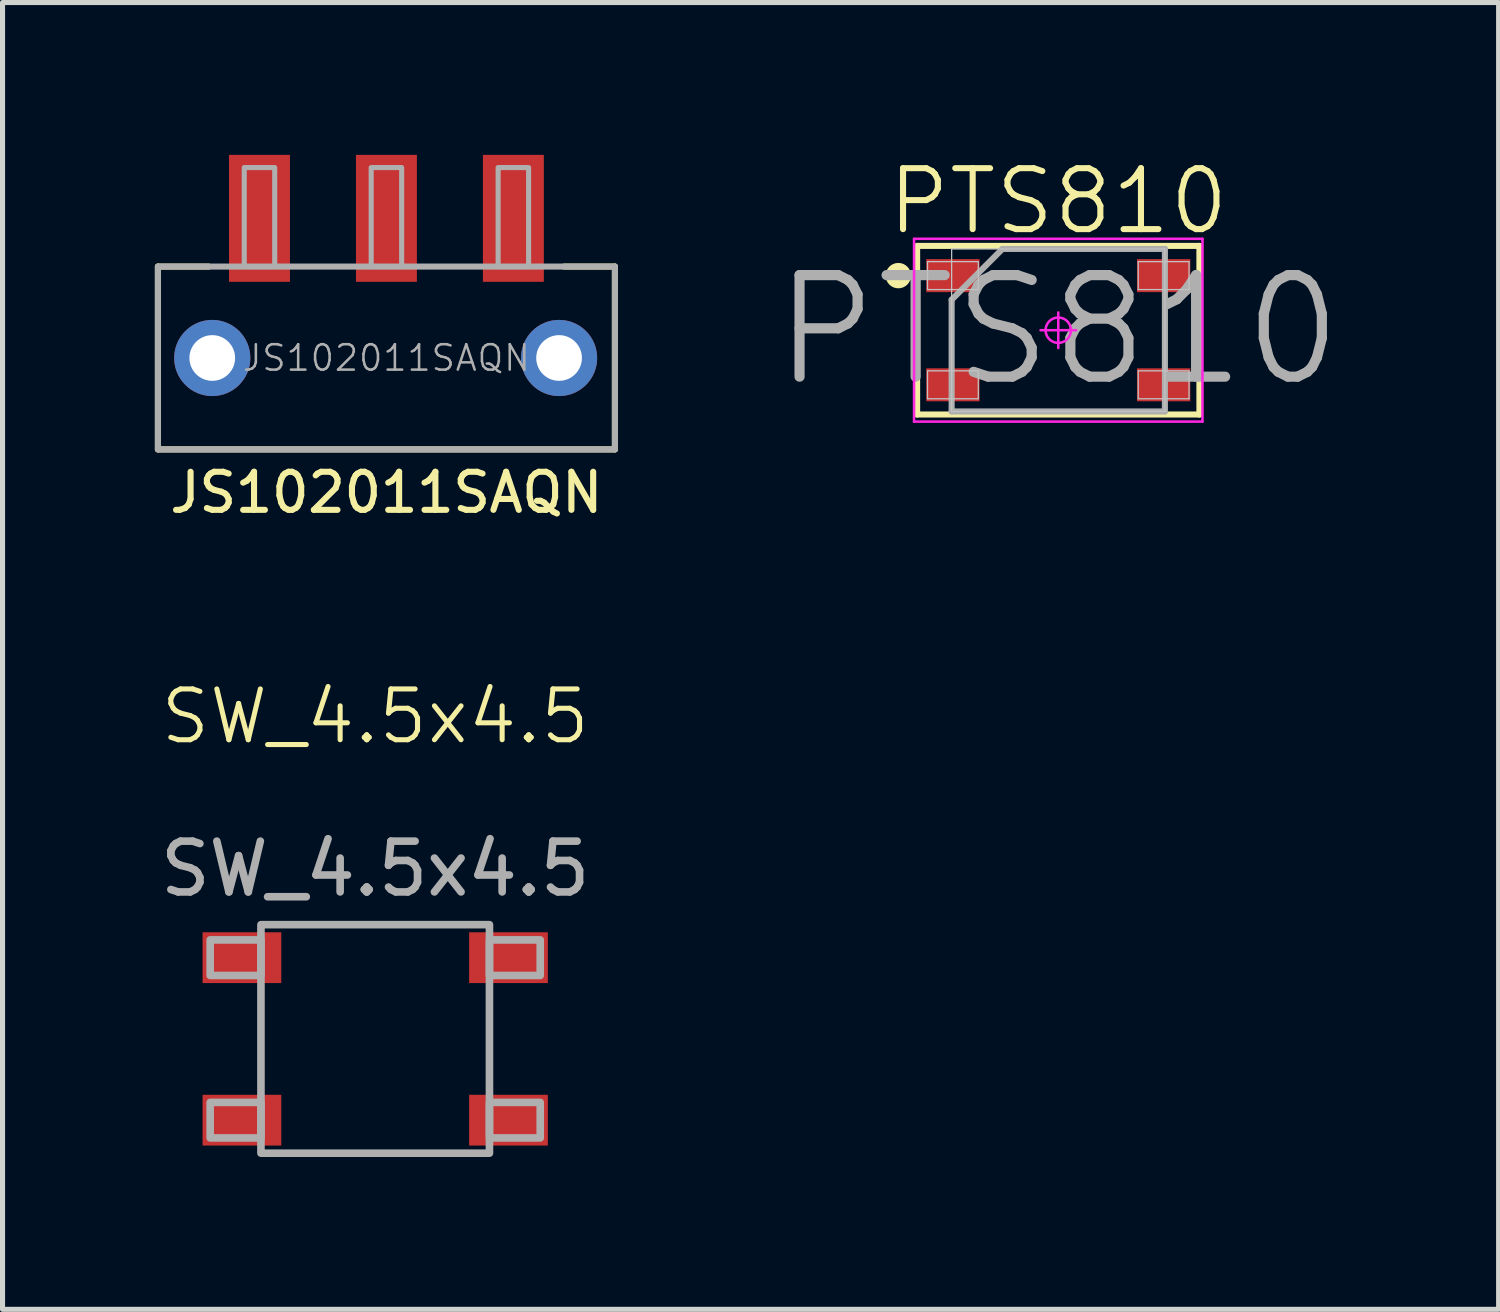
<source format=kicad_pcb>
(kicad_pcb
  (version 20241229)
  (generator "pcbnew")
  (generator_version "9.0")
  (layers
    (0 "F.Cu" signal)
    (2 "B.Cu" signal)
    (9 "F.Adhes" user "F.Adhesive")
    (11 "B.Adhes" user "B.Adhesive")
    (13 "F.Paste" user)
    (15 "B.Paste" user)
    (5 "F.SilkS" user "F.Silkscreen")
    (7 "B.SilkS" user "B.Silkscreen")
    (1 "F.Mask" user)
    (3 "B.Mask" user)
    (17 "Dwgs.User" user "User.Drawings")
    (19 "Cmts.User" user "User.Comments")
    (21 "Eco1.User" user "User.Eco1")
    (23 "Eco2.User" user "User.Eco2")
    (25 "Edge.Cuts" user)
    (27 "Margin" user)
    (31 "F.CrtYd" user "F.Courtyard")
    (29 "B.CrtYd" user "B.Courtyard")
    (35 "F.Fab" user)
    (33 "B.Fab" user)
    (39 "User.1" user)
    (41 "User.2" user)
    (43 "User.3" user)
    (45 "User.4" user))
  (footprint "JS102011SAQN"
    (layer "F.Cu")
    (at 4.56 4)
    (property "Reference" "JS102011SAQN" (at 0 2.65 0) (unlocked yes) (layer "F.SilkS") (effects (font (size 0.75 0.75) (thickness 0.12))))
    (attr smd)
    (fp_line (start -4.5 -1.8) (end -3.5 -1.8) (stroke (width 0.12) (type default)) (layer "F.SilkS"))
    (fp_line (start -4.5 1.8) (end -4.5 -1.8) (stroke (width 0.12) (type default)) (layer "F.SilkS"))
    (fp_line (start -4.5 1.8) (end 4.5 1.8) (stroke (width 0.12) (type default)) (layer "F.SilkS"))
    (fp_line (start 4.5 -1.8) (end 3.5 -1.8) (stroke (width 0.12) (type default)) (layer "F.SilkS"))
    (fp_line (start 4.5 1.8) (end 4.5 -1.8) (stroke (width 0.12) (type default)) (layer "F.SilkS"))
    (fp_rect (start -4.5 -1.8) (end 4.5 1.8) (stroke (width 0.12) (type default)) (fill no) (layer "F.Fab"))
    (fp_rect (start -2.8 -3.75) (end -2.2 -1.8) (stroke (width 0.1) (type default)) (fill no) (layer "F.Fab"))
    (fp_rect (start -0.3 -3.75) (end 0.3 -1.8) (stroke (width 0.1) (type default)) (fill no) (layer "F.Fab"))
    (fp_rect (start 2.2 -3.75) (end 2.8 -1.8) (stroke (width 0.1) (type default)) (fill no) (layer "F.Fab"))
    (fp_text user "${REFERENCE}" (at 0 0 0) (unlocked yes) (layer "F.Fab") (effects (font (size 0.5 0.5) (thickness 0.05))))
    (pad "" thru_hole circle (at -3.43 0) (size 1.5 1.5) (drill 0.9) (layers "*.Cu" "*.Mask"))
    (pad "" thru_hole circle (at 3.4 0) (size 1.5 1.5) (drill 0.9) (layers "*.Cu" "*.Mask"))
    (pad "1" smd rect (at -2.5 -2.75) (size 1.2 2.5) (layers "F.Cu" "F.Mask" "F.Paste"))
    (pad "2" smd rect (at 0 -2.75) (size 1.2 2.5) (layers "F.Cu" "F.Mask" "F.Paste"))
    (pad "3" smd rect (at 2.5 -2.75) (size 1.2 2.5) (layers "F.Cu" "F.Mask" "F.Paste")))
  (footprint "PTS810"
    (layer "F.Cu")
    (at 17.791 3.453)
    (property "Reference" "PTS810" (at 0 -2.54 0) (layer "F.SilkS") (effects (font (size 1.2 1.2) (thickness 0.12))))
    (attr smd)
    (fp_line (start -2.78 -1.66) (end 2.78 -1.66) (stroke (width 0.12) (type solid)) (layer "F.SilkS"))
    (fp_line (start -2.78 1.66) (end -2.78 -1.66) (stroke (width 0.12) (type solid)) (layer "F.SilkS"))
    (fp_line (start 2.78 -1.66) (end 2.78 1.66) (stroke (width 0.12) (type solid)) (layer "F.SilkS"))
    (fp_line (start 2.78 1.66) (end -2.78 1.66) (stroke (width 0.12) (type solid)) (layer "F.SilkS"))
    (fp_circle (center -3.15 -1.075) (end -3.15 -0.95) (stroke (width 0.25) (type solid)) (fill no) (layer "F.SilkS"))
    (fp_line (start -2.575 -1.35) (end -1.575 -1.35) (stroke (width 0.025) (type solid)) (layer "Dwgs.User"))
    (fp_line (start -2.575 -0.8) (end -2.575 -1.35) (stroke (width 0.025) (type solid)) (layer "Dwgs.User"))
    (fp_line (start -2.575 0.8) (end -1.575 0.8) (stroke (width 0.025) (type solid)) (layer "Dwgs.User"))
    (fp_line (start -2.575 1.35) (end -2.575 0.8) (stroke (width 0.025) (type solid)) (layer "Dwgs.User"))
    (fp_line (start -2.1 -1.6) (end 2.1 -1.6) (stroke (width 0.025) (type solid)) (layer "Dwgs.User"))
    (fp_line (start -2.1 1.6) (end -2.1 -1.6) (stroke (width 0.025) (type solid)) (layer "Dwgs.User"))
    (fp_line (start -1.575 -1.35) (end -1.575 -0.8) (stroke (width 0.025) (type solid)) (layer "Dwgs.User"))
    (fp_line (start -1.575 -0.8) (end -2.575 -0.8) (stroke (width 0.025) (type solid)) (layer "Dwgs.User"))
    (fp_line (start -1.575 0.8) (end -1.575 1.35) (stroke (width 0.025) (type solid)) (layer "Dwgs.User"))
    (fp_line (start -1.575 1.35) (end -2.575 1.35) (stroke (width 0.025) (type solid)) (layer "Dwgs.User"))
    (fp_line (start 1.575 -1.35) (end 2.575 -1.35) (stroke (width 0.025) (type solid)) (layer "Dwgs.User"))
    (fp_line (start 1.575 -0.8) (end 1.575 -1.35) (stroke (width 0.025) (type solid)) (layer "Dwgs.User"))
    (fp_line (start 1.575 0.8) (end 2.575 0.8) (stroke (width 0.025) (type solid)) (layer "Dwgs.User"))
    (fp_line (start 1.575 1.35) (end 1.575 0.8) (stroke (width 0.025) (type solid)) (layer "Dwgs.User"))
    (fp_line (start 2.1 -1.6) (end 2.1 1.6) (stroke (width 0.025) (type solid)) (layer "Dwgs.User"))
    (fp_line (start 2.1 1.6) (end -2.1 1.6) (stroke (width 0.025) (type solid)) (layer "Dwgs.User"))
    (fp_line (start 2.575 -1.35) (end 2.575 -0.8) (stroke (width 0.025) (type solid)) (layer "Dwgs.User"))
    (fp_line (start 2.575 -0.8) (end 1.575 -0.8) (stroke (width 0.025) (type solid)) (layer "Dwgs.User"))
    (fp_line (start 2.575 0.8) (end 2.575 1.35) (stroke (width 0.025) (type solid)) (layer "Dwgs.User"))
    (fp_line (start 2.575 1.35) (end 1.575 1.35) (stroke (width 0.025) (type solid)) (layer "Dwgs.User"))
    (fp_line (start -2.84 -1.8) (end -2.84 1.8) (stroke (width 0.05) (type solid)) (layer "F.CrtYd"))
    (fp_line (start -2.84 1.8) (end 2.84 1.8) (stroke (width 0.05) (type solid)) (layer "F.CrtYd"))
    (fp_line (start 0 -0.35) (end 0 0.35) (stroke (width 0.05) (type solid)) (layer "F.CrtYd"))
    (fp_line (start 0.35 0) (end -0.35 0) (stroke (width 0.05) (type solid)) (layer "F.CrtYd"))
    (fp_line (start 2.84 -1.8) (end -2.84 -1.8) (stroke (width 0.05) (type solid)) (layer "F.CrtYd"))
    (fp_line (start 2.84 1.8) (end 2.84 -1.8) (stroke (width 0.05) (type solid)) (layer "F.CrtYd"))
    (fp_circle (center 0 0) (end 0 0.25) (stroke (width 0.05) (type solid)) (fill no) (layer "F.CrtYd"))
    (fp_line (start -2.1 -0.6) (end -1.1 -1.6) (stroke (width 0.12) (type solid)) (layer "F.Fab"))
    (fp_line (start -2.1 1.6) (end -2.1 -0.6) (stroke (width 0.12) (type solid)) (layer "F.Fab"))
    (fp_line (start -1.1 -1.6) (end 2.1 -1.6) (stroke (width 0.12) (type solid)) (layer "F.Fab"))
    (fp_line (start 2.1 -1.6) (end 2.1 1.6) (stroke (width 0.12) (type solid)) (layer "F.Fab"))
    (fp_line (start 2.1 1.6) (end -2.1 1.6) (stroke (width 0.12) (type solid)) (layer "F.Fab"))
    (fp_text user "${REFERENCE}" (at 0 0 0) (layer "F.Fab") (effects (font (size 2 2) (thickness 0.2))))
    (pad "1" smd rect (at -2.075 -1.075) (size 1.05 0.65) (layers "F.Cu" "F.Mask" "F.Paste"))
    (pad "2" smd rect (at 2.075 -1.075) (size 1.05 0.65) (layers "F.Cu" "F.Mask" "F.Paste"))
    (pad "3" smd rect (at -2.075 1.075) (size 1.05 0.65) (layers "F.Cu" "F.Mask" "F.Paste"))
    (pad "4" smd rect (at 2.075 1.075) (size 1.05 0.65) (layers "F.Cu" "F.Mask" "F.Paste")))
  (footprint "SW_4.5x4.5"
    (layer "F.Cu")
    (at 4.339 17.41)
    (property "Reference" "SW_4.5x4.5" (at 0 -6.35 0) (unlocked yes) (layer "F.SilkS") (effects (font (size 1 1) (thickness 0.1))))
    (attr smd)
    (fp_rect (start -3.25 -1.95) (end -2.25 -1.25) (stroke (width 0.15) (type default)) (fill no) (layer "F.Fab"))
    (fp_rect (start -3.25 1.25) (end -2.25 1.95) (stroke (width 0.15) (type default)) (fill no) (layer "F.Fab"))
    (fp_rect (start -2.25 -2.25) (end 2.25 2.25) (stroke (width 0.15) (type default)) (fill no) (layer "F.Fab"))
    (fp_rect (start 2.25 -1.95) (end 3.25 -1.25) (stroke (width 0.15) (type default)) (fill no) (layer "F.Fab"))
    (fp_rect (start 2.25 1.25) (end 3.25 1.95) (stroke (width 0.15) (type default)) (fill no) (layer "F.Fab"))
    (fp_text user "${REFERENCE}" (at 0 -3.35 0) (unlocked yes) (layer "F.Fab") (effects (font (size 1 1) (thickness 0.15))))
    (pad "1" smd rect (at -2.625 -1.6) (size 1.55 1) (layers "F.Cu" "F.Mask" "F.Paste"))
    (pad "2" smd rect (at 2.625 -1.6) (size 1.55 1) (layers "F.Cu" "F.Mask" "F.Paste"))
    (pad "3" smd rect (at -2.625 1.6) (size 1.55 1) (layers "F.Cu" "F.Mask" "F.Paste"))
    (pad "4" smd rect (at 2.625 1.6) (size 1.55 1) (layers "F.Cu" "F.Mask" "F.Paste")))
  (gr_rect
    (start -3 -3)
    (end 26.463 22.735)
    (stroke (width 0.1) (type default))
    (fill no)
    (layer "Edge.Cuts")))
</source>
